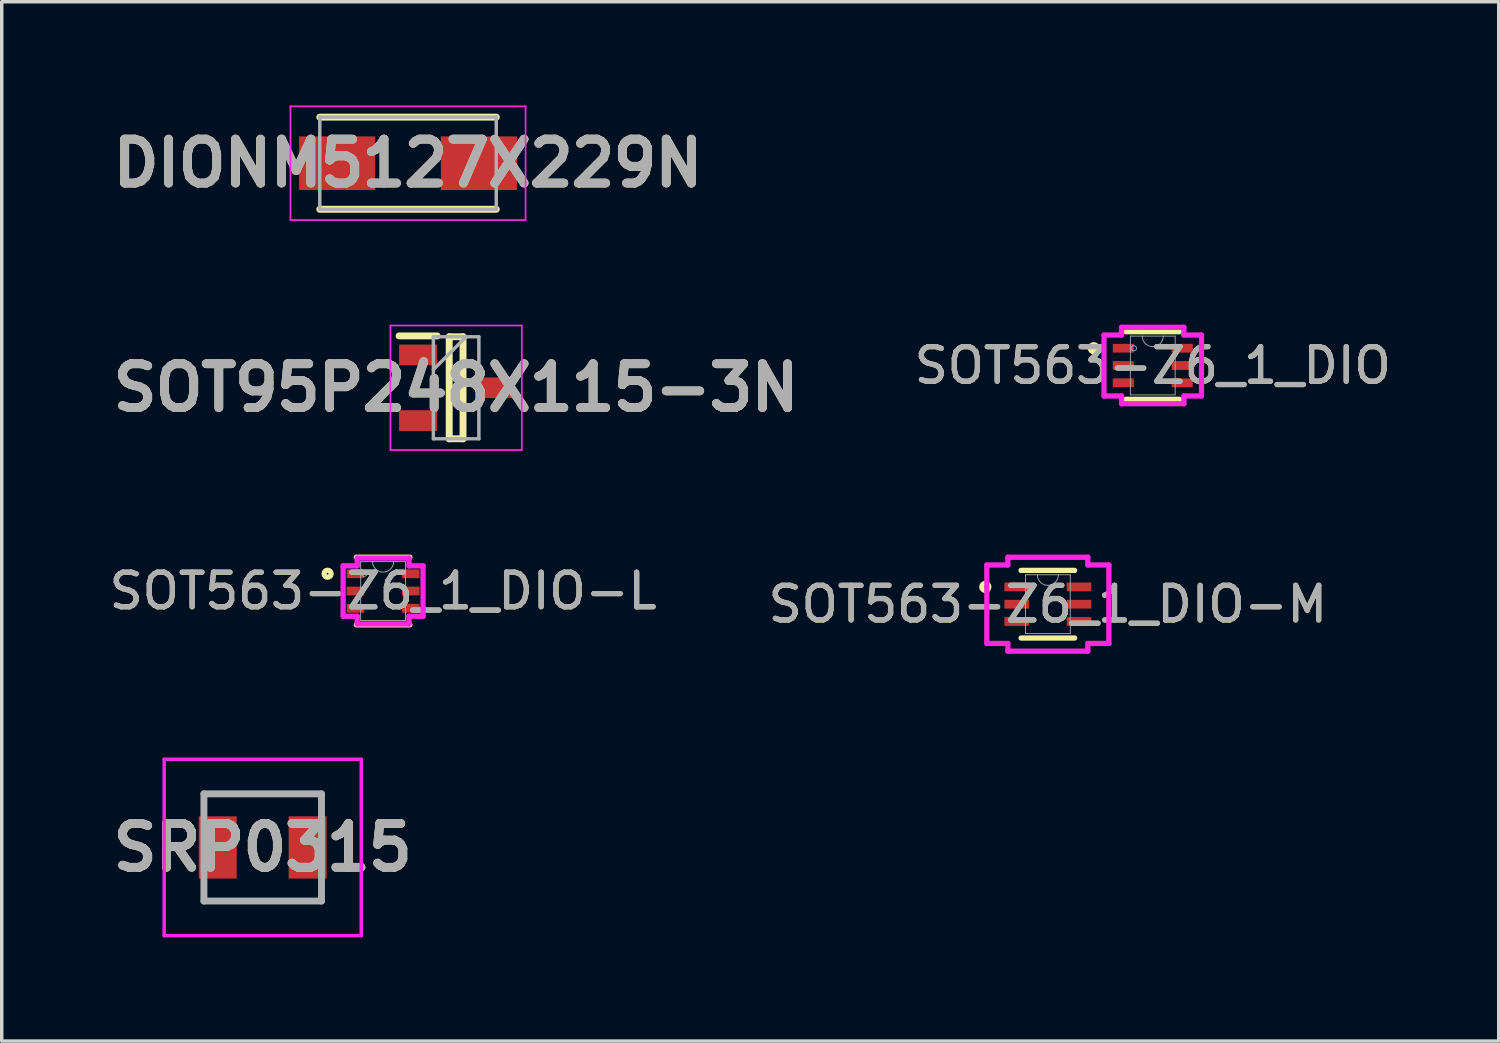
<source format=kicad_pcb>
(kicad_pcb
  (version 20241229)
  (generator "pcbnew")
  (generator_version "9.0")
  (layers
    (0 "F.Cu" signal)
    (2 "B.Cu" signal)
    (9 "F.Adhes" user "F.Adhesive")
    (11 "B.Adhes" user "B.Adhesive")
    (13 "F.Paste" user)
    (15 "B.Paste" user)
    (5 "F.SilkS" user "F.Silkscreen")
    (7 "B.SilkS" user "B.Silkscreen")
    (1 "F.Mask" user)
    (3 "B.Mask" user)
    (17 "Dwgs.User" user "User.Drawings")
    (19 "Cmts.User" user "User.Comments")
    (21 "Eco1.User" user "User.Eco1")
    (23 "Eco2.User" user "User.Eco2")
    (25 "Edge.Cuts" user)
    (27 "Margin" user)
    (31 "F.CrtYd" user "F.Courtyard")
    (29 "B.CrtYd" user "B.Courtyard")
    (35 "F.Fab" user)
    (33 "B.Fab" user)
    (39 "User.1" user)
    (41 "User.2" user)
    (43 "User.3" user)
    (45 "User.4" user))
  (footprint "SOT563-Z6_1_DIO-L"
    (layer "F.Cu")
    (at 8.03 14.044)
    (property "Reference" "SOT563-Z6_1_DIO-L" (at 0 0 0) (unlocked yes) (layer "F.SilkS") (effects (font (size 1 1) (thickness 0.15))))
    (attr smd)
    (fp_line (start -0.775 0.978) (end 0.775 0.978) (stroke (width 0.152) (type solid)) (layer "F.SilkS"))
    (fp_line (start 0.775 -0.978) (end -0.775 -0.978) (stroke (width 0.152) (type solid)) (layer "F.SilkS"))
    (fp_circle (center -1.605 -0.5) (end -1.503 -0.5) (stroke (width 0.152) (type solid)) (fill no) (layer "F.SilkS"))
    (fp_line (start -1.156 -0.729) (end -0.749 -0.729) (stroke (width 0.152) (type solid)) (layer "F.CrtYd"))
    (fp_line (start -1.156 0.729) (end -1.156 -0.729) (stroke (width 0.152) (type solid)) (layer "F.CrtYd"))
    (fp_line (start -1.156 0.729) (end -0.749 0.729) (stroke (width 0.152) (type solid)) (layer "F.CrtYd"))
    (fp_line (start -0.749 -0.953) (end 0.749 -0.953) (stroke (width 0.152) (type solid)) (layer "F.CrtYd"))
    (fp_line (start -0.749 -0.729) (end -0.749 -0.953) (stroke (width 0.152) (type solid)) (layer "F.CrtYd"))
    (fp_line (start -0.749 0.953) (end -0.749 0.729) (stroke (width 0.152) (type solid)) (layer "F.CrtYd"))
    (fp_line (start 0.749 -0.953) (end 0.749 -0.729) (stroke (width 0.152) (type solid)) (layer "F.CrtYd"))
    (fp_line (start 0.749 0.729) (end 0.749 0.953) (stroke (width 0.152) (type solid)) (layer "F.CrtYd"))
    (fp_line (start 0.749 0.953) (end -0.749 0.953) (stroke (width 0.152) (type solid)) (layer "F.CrtYd"))
    (fp_line (start 1.156 -0.729) (end 0.749 -0.729) (stroke (width 0.152) (type solid)) (layer "F.CrtYd"))
    (fp_line (start 1.156 -0.729) (end 1.156 0.729) (stroke (width 0.152) (type solid)) (layer "F.CrtYd"))
    (fp_line (start 1.156 0.729) (end 0.749 0.729) (stroke (width 0.152) (type solid)) (layer "F.CrtYd"))
    (fp_line (start -0.648 -0.851) (end -0.648 0.851) (stroke (width 0.025) (type solid)) (layer "F.Fab"))
    (fp_line (start -0.648 0.851) (end 0.648 0.851) (stroke (width 0.025) (type solid)) (layer "F.Fab"))
    (fp_line (start 0.648 -0.851) (end -0.648 -0.851) (stroke (width 0.025) (type solid)) (layer "F.Fab"))
    (fp_line (start 0.648 0.851) (end 0.648 -0.851) (stroke (width 0.025) (type solid)) (layer "F.Fab"))
    (fp_arc (start 0.3048 -0.8509) (mid 0 -0.5461) (end -0.3048 -0.8509) (stroke (width 0.0254) (type solid)) (layer "F.Fab"))
    (fp_circle (center -0.546 -0.5) (end -0.47 -0.5) (stroke (width 0.025) (type solid)) (fill no) (layer "F.Fab"))
    (fp_text user "${REFERENCE}" (at 0 0 0) (unlocked yes) (layer "F.Fab") (effects (font (size 1 1) (thickness 0.15))))
    (pad "1" smd rect (at -0.8 -0.5) (size 0.508 0.254) (layers "F.Cu" "F.Mask" "F.Paste"))
    (pad "2" smd rect (at -0.8 0) (size 0.508 0.254) (layers "F.Cu" "F.Mask" "F.Paste"))
    (pad "3" smd rect (at -0.8 0.5) (size 0.508 0.254) (layers "F.Cu" "F.Mask" "F.Paste"))
    (pad "4" smd rect (at 0.8 0.5) (size 0.508 0.254) (layers "F.Cu" "F.Mask" "F.Paste"))
    (pad "5" smd rect (at 0.8 0) (size 0.508 0.254) (layers "F.Cu" "F.Mask" "F.Paste"))
    (pad "6" smd rect (at 0.8 -0.5) (size 0.508 0.254) (layers "F.Cu" "F.Mask" "F.Paste")))
  (footprint "SOT563-Z6_1_DIO"
    (layer "F.Cu")
    (at 30.29 7.521)
    (property "Reference" "SOT563-Z6_1_DIO" (at 0 0 0) (unlocked yes) (layer "F.SilkS") (effects (font (size 1 1) (thickness 0.15))))
    (attr smd)
    (fp_line (start -0.775 0.978) (end 0.775 0.978) (stroke (width 0.152) (type solid)) (layer "F.SilkS"))
    (fp_line (start 0.775 -0.978) (end -0.775 -0.978) (stroke (width 0.152) (type solid)) (layer "F.SilkS"))
    (fp_circle (center -1.706 -0.5) (end -1.605 -0.5) (stroke (width 0.152) (type solid)) (fill no) (layer "F.SilkS"))
    (fp_line (start -1.41 -0.881) (end -0.902 -0.881) (stroke (width 0.152) (type solid)) (layer "F.CrtYd"))
    (fp_line (start -1.41 0.881) (end -1.41 -0.881) (stroke (width 0.152) (type solid)) (layer "F.CrtYd"))
    (fp_line (start -1.41 0.881) (end -0.902 0.881) (stroke (width 0.152) (type solid)) (layer "F.CrtYd"))
    (fp_line (start -0.902 -1.105) (end 0.902 -1.105) (stroke (width 0.152) (type solid)) (layer "F.CrtYd"))
    (fp_line (start -0.902 -0.881) (end -0.902 -1.105) (stroke (width 0.152) (type solid)) (layer "F.CrtYd"))
    (fp_line (start -0.902 1.105) (end -0.902 0.881) (stroke (width 0.152) (type solid)) (layer "F.CrtYd"))
    (fp_line (start 0.902 -1.105) (end 0.902 -0.881) (stroke (width 0.152) (type solid)) (layer "F.CrtYd"))
    (fp_line (start 0.902 0.881) (end 0.902 1.105) (stroke (width 0.152) (type solid)) (layer "F.CrtYd"))
    (fp_line (start 0.902 1.105) (end -0.902 1.105) (stroke (width 0.152) (type solid)) (layer "F.CrtYd"))
    (fp_line (start 1.41 -0.881) (end 0.902 -0.881) (stroke (width 0.152) (type solid)) (layer "F.CrtYd"))
    (fp_line (start 1.41 -0.881) (end 1.41 0.881) (stroke (width 0.152) (type solid)) (layer "F.CrtYd"))
    (fp_line (start 1.41 0.881) (end 0.902 0.881) (stroke (width 0.152) (type solid)) (layer "F.CrtYd"))
    (fp_line (start -0.648 -0.851) (end -0.648 0.851) (stroke (width 0.025) (type solid)) (layer "F.Fab"))
    (fp_line (start -0.648 0.851) (end 0.648 0.851) (stroke (width 0.025) (type solid)) (layer "F.Fab"))
    (fp_line (start 0.648 -0.851) (end -0.648 -0.851) (stroke (width 0.025) (type solid)) (layer "F.Fab"))
    (fp_line (start 0.648 0.851) (end 0.648 -0.851) (stroke (width 0.025) (type solid)) (layer "F.Fab"))
    (fp_arc (start 0.3048 -0.8509) (mid 0 -0.5461) (end -0.3048 -0.8509) (stroke (width 0.0254) (type solid)) (layer "F.Fab"))
    (fp_circle (center -0.546 -0.5) (end -0.47 -0.5) (stroke (width 0.025) (type solid)) (fill no) (layer "F.Fab"))
    (fp_text user "${REFERENCE}" (at 0 0 0) (unlocked yes) (layer "F.Fab") (effects (font (size 1 1) (thickness 0.15))))
    (pad "1" smd rect (at -0.851 -0.5) (size 0.61 0.254) (layers "F.Cu" "F.Mask" "F.Paste"))
    (pad "2" smd rect (at -0.851 0) (size 0.61 0.254) (layers "F.Cu" "F.Mask" "F.Paste"))
    (pad "3" smd rect (at -0.851 0.5) (size 0.61 0.254) (layers "F.Cu" "F.Mask" "F.Paste"))
    (pad "4" smd rect (at 0.851 0.5) (size 0.61 0.254) (layers "F.Cu" "F.Mask" "F.Paste"))
    (pad "5" smd rect (at 0.851 0) (size 0.61 0.254) (layers "F.Cu" "F.Mask" "F.Paste"))
    (pad "6" smd rect (at 0.851 -0.5) (size 0.61 0.254) (layers "F.Cu" "F.Mask" "F.Paste")))
  (footprint "SOT563-Z6_1_DIO-M"
    (layer "F.Cu")
    (at 27.256 14.425)
    (property "Reference" "SOT563-Z6_1_DIO-M" (at 0 0 0) (unlocked yes) (layer "F.SilkS") (effects (font (size 1 1) (thickness 0.15))))
    (attr smd)
    (fp_line (start -0.775 0.978) (end 0.775 0.978) (stroke (width 0.152) (type solid)) (layer "F.SilkS"))
    (fp_line (start 0.775 -0.978) (end -0.775 -0.978) (stroke (width 0.152) (type solid)) (layer "F.SilkS"))
    (fp_circle (center -1.808 -0.5) (end -1.706 -0.5) (stroke (width 0.152) (type solid)) (fill no) (layer "F.SilkS"))
    (fp_line (start -1.765 -1.135) (end -1.156 -1.135) (stroke (width 0.152) (type solid)) (layer "F.CrtYd"))
    (fp_line (start -1.765 1.135) (end -1.765 -1.135) (stroke (width 0.152) (type solid)) (layer "F.CrtYd"))
    (fp_line (start -1.765 1.135) (end -1.156 1.135) (stroke (width 0.152) (type solid)) (layer "F.CrtYd"))
    (fp_line (start -1.156 -1.359) (end 1.156 -1.359) (stroke (width 0.152) (type solid)) (layer "F.CrtYd"))
    (fp_line (start -1.156 -1.135) (end -1.156 -1.359) (stroke (width 0.152) (type solid)) (layer "F.CrtYd"))
    (fp_line (start -1.156 1.359) (end -1.156 1.135) (stroke (width 0.152) (type solid)) (layer "F.CrtYd"))
    (fp_line (start 1.156 -1.359) (end 1.156 -1.135) (stroke (width 0.152) (type solid)) (layer "F.CrtYd"))
    (fp_line (start 1.156 1.135) (end 1.156 1.359) (stroke (width 0.152) (type solid)) (layer "F.CrtYd"))
    (fp_line (start 1.156 1.359) (end -1.156 1.359) (stroke (width 0.152) (type solid)) (layer "F.CrtYd"))
    (fp_line (start 1.765 -1.135) (end 1.156 -1.135) (stroke (width 0.152) (type solid)) (layer "F.CrtYd"))
    (fp_line (start 1.765 -1.135) (end 1.765 1.135) (stroke (width 0.152) (type solid)) (layer "F.CrtYd"))
    (fp_line (start 1.765 1.135) (end 1.156 1.135) (stroke (width 0.152) (type solid)) (layer "F.CrtYd"))
    (fp_line (start -0.648 -0.851) (end -0.648 0.851) (stroke (width 0.025) (type solid)) (layer "F.Fab"))
    (fp_line (start -0.648 0.851) (end 0.648 0.851) (stroke (width 0.025) (type solid)) (layer "F.Fab"))
    (fp_line (start 0.648 -0.851) (end -0.648 -0.851) (stroke (width 0.025) (type solid)) (layer "F.Fab"))
    (fp_line (start 0.648 0.851) (end 0.648 -0.851) (stroke (width 0.025) (type solid)) (layer "F.Fab"))
    (fp_arc (start 0.3048 -0.8509) (mid 0 -0.5461) (end -0.3048 -0.8509) (stroke (width 0.0254) (type solid)) (layer "F.Fab"))
    (fp_circle (center -0.546 -0.5) (end -0.47 -0.5) (stroke (width 0.025) (type solid)) (fill no) (layer "F.Fab"))
    (fp_text user "${REFERENCE}" (at 0 0 0) (unlocked yes) (layer "F.Fab") (effects (font (size 1 1) (thickness 0.15))))
    (pad "1" smd rect (at -0.902 -0.5) (size 0.711 0.254) (layers "F.Cu" "F.Mask" "F.Paste"))
    (pad "2" smd rect (at -0.902 0) (size 0.711 0.254) (layers "F.Cu" "F.Mask" "F.Paste"))
    (pad "3" smd rect (at -0.902 0.5) (size 0.711 0.254) (layers "F.Cu" "F.Mask" "F.Paste"))
    (pad "4" smd rect (at 0.902 0.5) (size 0.711 0.254) (layers "F.Cu" "F.Mask" "F.Paste"))
    (pad "5" smd rect (at 0.902 0) (size 0.711 0.254) (layers "F.Cu" "F.Mask" "F.Paste"))
    (pad "6" smd rect (at 0.902 -0.5) (size 0.711 0.254) (layers "F.Cu" "F.Mask" "F.Paste")))
  (footprint "SOT95P248X115-3N"
    (layer "F.Cu")
    (at 10.142 8.165)
    (property "Reference" "SOT95P248X115-3N" (at 0 0 0) (layer "F.SilkS") (effects (font (size 1.27 1.27) (thickness 0.254))))
    (attr smd)
    (fp_line (start -1.65 -1.5) (end -0.55 -1.5) (stroke (width 0.2) (type solid)) (layer "F.SilkS"))
    (fp_line (start -0.2 -1.475) (end 0.2 -1.475) (stroke (width 0.2) (type solid)) (layer "F.SilkS"))
    (fp_line (start -0.2 1.475) (end -0.2 -1.475) (stroke (width 0.2) (type solid)) (layer "F.SilkS"))
    (fp_line (start 0.2 -1.475) (end 0.2 1.475) (stroke (width 0.2) (type solid)) (layer "F.SilkS"))
    (fp_line (start 0.2 1.475) (end -0.2 1.475) (stroke (width 0.2) (type solid)) (layer "F.SilkS"))
    (fp_line (start -1.9 -1.8) (end 1.9 -1.8) (stroke (width 0.05) (type solid)) (layer "F.CrtYd"))
    (fp_line (start -1.9 1.8) (end -1.9 -1.8) (stroke (width 0.05) (type solid)) (layer "F.CrtYd"))
    (fp_line (start 1.9 -1.8) (end 1.9 1.8) (stroke (width 0.05) (type solid)) (layer "F.CrtYd"))
    (fp_line (start 1.9 1.8) (end -1.9 1.8) (stroke (width 0.05) (type solid)) (layer "F.CrtYd"))
    (fp_line (start -0.658 -1.475) (end 0.658 -1.475) (stroke (width 0.1) (type solid)) (layer "F.Fab"))
    (fp_line (start -0.658 -0.525) (end 0.292 -1.475) (stroke (width 0.1) (type solid)) (layer "F.Fab"))
    (fp_line (start -0.658 1.475) (end -0.658 -1.475) (stroke (width 0.1) (type solid)) (layer "F.Fab"))
    (fp_line (start 0.658 -1.475) (end 0.658 1.475) (stroke (width 0.1) (type solid)) (layer "F.Fab"))
    (fp_line (start 0.658 1.475) (end -0.658 1.475) (stroke (width 0.1) (type solid)) (layer "F.Fab"))
    (fp_text user "${REFERENCE}" (at 0 0 0) (layer "F.Fab") (effects (font (size 1.27 1.27) (thickness 0.254))))
    (pad "1" smd rect (at -1.1 -0.95 90) (size 0.6 1.1) (layers "F.Cu" "F.Mask" "F.Paste"))
    (pad "2" smd rect (at -1.1 0.95 90) (size 0.6 1.1) (layers "F.Cu" "F.Mask" "F.Paste"))
    (pad "3" smd rect (at 1.1 0 90) (size 0.6 1.1) (layers "F.Cu" "F.Mask" "F.Paste")))
  (footprint "DIONM5127X229N"
    (layer "F.Cu")
    (at 8.751 1.67)
    (property "Reference" "DIONM5127X229N" (at 0 0 0) (layer "F.SilkS") (effects (font (size 1.27 1.27) (thickness 0.254))))
    (attr smd)
    (fp_line (start -2.552 1.332) (end 2.552 1.332) (stroke (width 0.2) (type solid)) (layer "F.SilkS"))
    (fp_line (start 2.552 -1.332) (end -2.552 -1.332) (stroke (width 0.2) (type solid)) (layer "F.SilkS"))
    (fp_line (start -3.4 -1.645) (end 3.4 -1.645) (stroke (width 0.05) (type solid)) (layer "F.CrtYd"))
    (fp_line (start -3.4 1.645) (end -3.4 -1.645) (stroke (width 0.05) (type solid)) (layer "F.CrtYd"))
    (fp_line (start 3.4 -1.645) (end 3.4 1.645) (stroke (width 0.05) (type solid)) (layer "F.CrtYd"))
    (fp_line (start 3.4 1.645) (end -3.4 1.645) (stroke (width 0.05) (type solid)) (layer "F.CrtYd"))
    (fp_line (start -2.552 -1.332) (end 2.552 -1.332) (stroke (width 0.1) (type solid)) (layer "F.Fab"))
    (fp_line (start -2.552 1.332) (end -2.552 -1.332) (stroke (width 0.1) (type solid)) (layer "F.Fab"))
    (fp_line (start 2.552 -1.332) (end 2.552 1.332) (stroke (width 0.1) (type solid)) (layer "F.Fab"))
    (fp_line (start 2.552 1.332) (end -2.552 1.332) (stroke (width 0.1) (type solid)) (layer "F.Fab"))
    (fp_text user "${REFERENCE}" (at 0 0 0) (layer "F.Fab") (effects (font (size 1.27 1.27) (thickness 0.254))))
    (pad "1" smd rect (at -2.05 0 90) (size 1.55 2.2) (layers "F.Cu" "F.Mask" "F.Paste"))
    (pad "2" smd rect (at 2.05 0 90) (size 1.55 2.2) (layers "F.Cu" "F.Mask" "F.Paste")))
  (footprint "SRP0315"
    (layer "F.Cu")
    (at 4.548 21.46)
    (property "Reference" "SRP0315" (at 0 0 0) (layer "F.SilkS") (effects (font (size 1.27 1.27) (thickness 0.254))))
    (attr smd)
    (fp_line (start -1.7 -1.55) (end 1.7 -1.55) (stroke (width 0.1) (type solid)) (layer "F.SilkS"))
    (fp_line (start -1.7 1.55) (end 1.7 1.55) (stroke (width 0.1) (type solid)) (layer "F.SilkS"))
    (fp_line (start -2.85 -2.55) (end 2.85 -2.55) (stroke (width 0.1) (type solid)) (layer "F.CrtYd"))
    (fp_line (start -2.85 2.55) (end -2.85 -2.55) (stroke (width 0.1) (type solid)) (layer "F.CrtYd"))
    (fp_line (start 2.85 -2.55) (end 2.85 2.55) (stroke (width 0.1) (type solid)) (layer "F.CrtYd"))
    (fp_line (start 2.85 2.55) (end -2.85 2.55) (stroke (width 0.1) (type solid)) (layer "F.CrtYd"))
    (fp_line (start -1.7 -1.55) (end 1.7 -1.55) (stroke (width 0.2) (type solid)) (layer "F.Fab"))
    (fp_line (start -1.7 1.55) (end -1.7 -1.55) (stroke (width 0.2) (type solid)) (layer "F.Fab"))
    (fp_line (start 1.7 -1.55) (end 1.7 1.55) (stroke (width 0.2) (type solid)) (layer "F.Fab"))
    (fp_line (start 1.7 1.55) (end -1.7 1.55) (stroke (width 0.2) (type solid)) (layer "F.Fab"))
    (fp_text user "${REFERENCE}" (at 0 0 0) (layer "F.Fab") (effects (font (size 1.27 1.27) (thickness 0.254))))
    (pad "1" smd rect (at -1.3 0) (size 1.1 1.8) (layers "F.Cu" "F.Mask" "F.Paste"))
    (pad "2" smd rect (at 1.3 0) (size 1.1 1.8) (layers "F.Cu" "F.Mask" "F.Paste")))
  (gr_rect
    (start -3 -3)
    (end 40.296 27.06)
    (stroke (width 0.1) (type default))
    (fill no)
    (layer "Edge.Cuts")))
</source>
